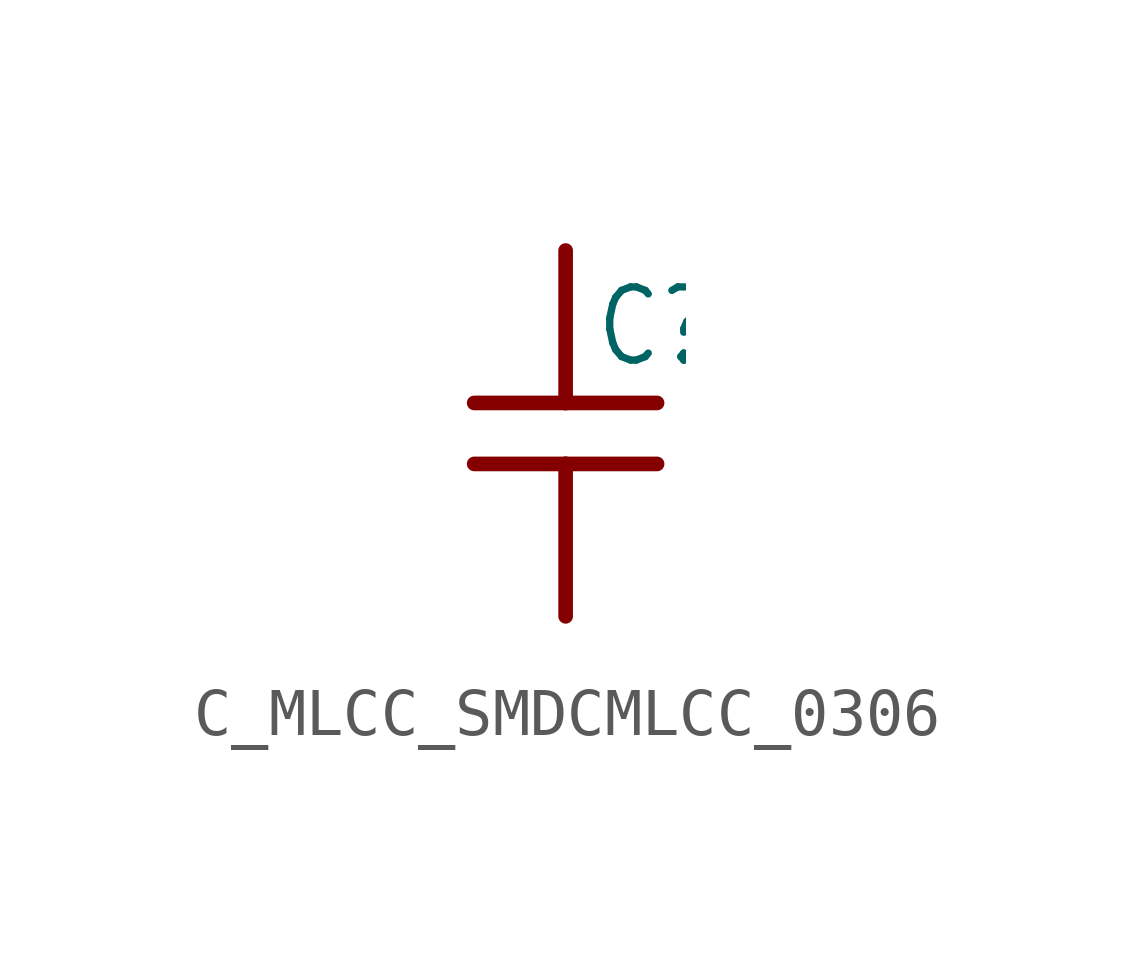
<source format=kicad_sym>
(kicad_symbol_lib
  (version 20231120)
  (generator "kicad_symbol_editor")
  (generator_version "8.0")
  (symbol "C_MLCC_SMDCMLCC_0306"
    (property "Reference" "C"
      (at 0.572 0.064 0)
      (effects (font (size 1.524 1.295)) (justify left bottom)))
    (property "Value" ""
      (at 0.572 -4.381 0)
      (effects (font (size 1.524 1.295)) (justify left bottom)))
    (property "ki_locked" ""
      (at 0 0 0)
      (effects (font (size 1.27 1.27))))
    (symbol "C_MLCC_SMDCMLCC_0306_1_0"
      (polyline (pts (xy -1.905 -1.905) (xy 0 -1.905)) (stroke (width 0.305) (type solid)) (fill (type none)))
      (polyline (pts (xy 0 -1.905) (xy 0 -5.08)) (stroke (width 0.305) (type solid)) (fill (type none)))
      (polyline (pts (xy 0 -1.905) (xy 1.905 -1.905)) (stroke (width 0.305) (type solid)) (fill (type none)))
      (polyline (pts (xy 0 -0.635) (xy -1.905 -0.635)) (stroke (width 0.305) (type solid)) (fill (type none)))
      (polyline (pts (xy 0 -0.635) (xy 0 2.54)) (stroke (width 0.305) (type solid)) (fill (type none)))
      (polyline (pts (xy 1.905 -0.635) (xy 0 -0.635)) (stroke (width 0.305) (type solid)) (fill (type none)))
      (pin passive line (at 0 2.54 270) (length 0) (name "1" (effects (font (size 0 0)))) (number "P$1" (effects (font (size 0 0)))))
      (pin passive line (at 0 -5.08 90) (length 0) (name "2" (effects (font (size 0 0)))) (number "P$2" (effects (font (size 0 0))))))))
</source>
